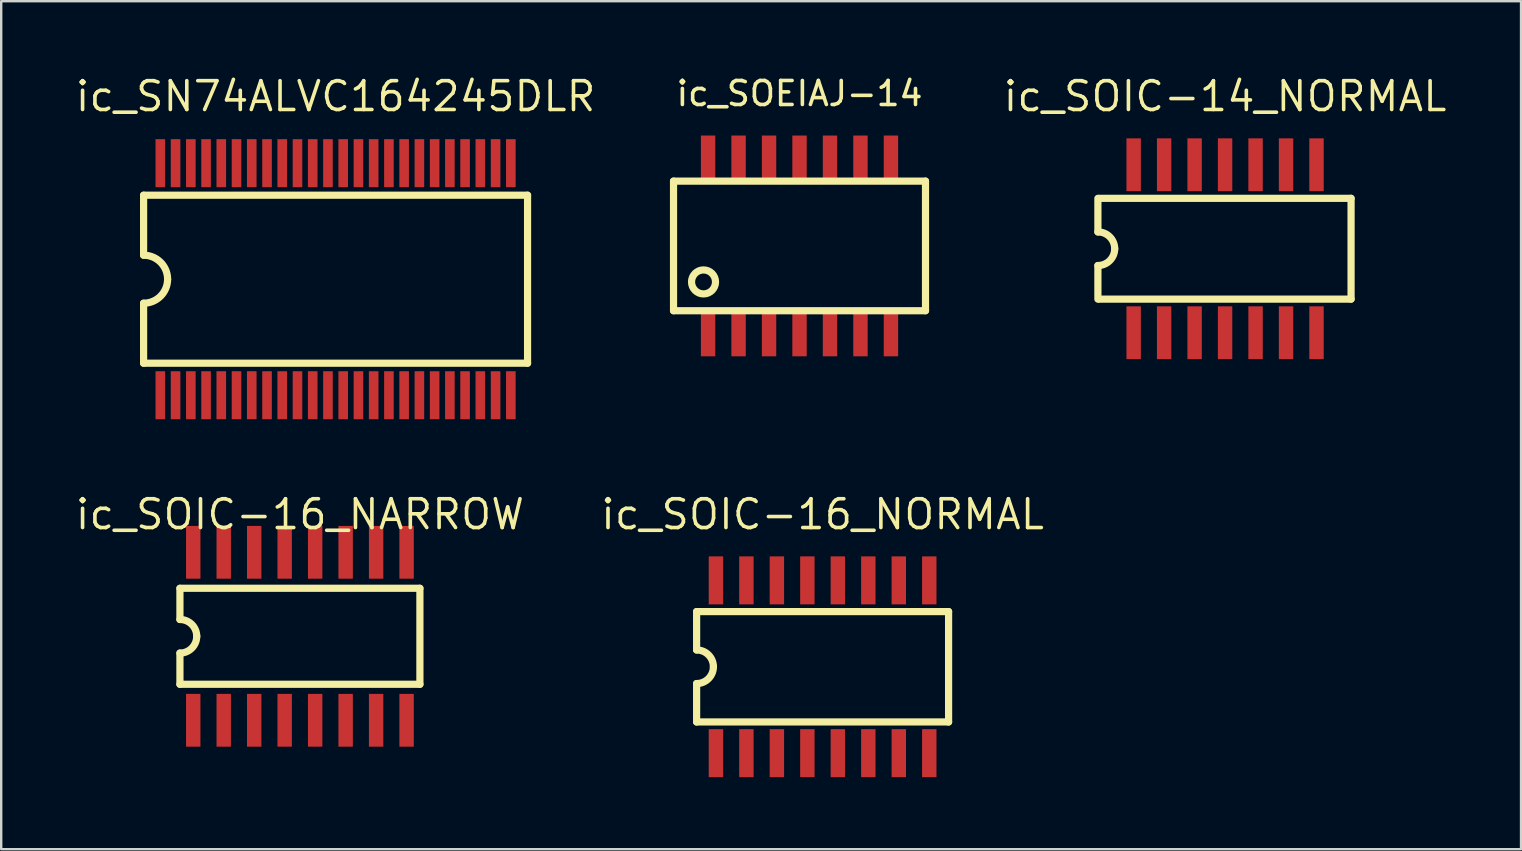
<source format=kicad_pcb>
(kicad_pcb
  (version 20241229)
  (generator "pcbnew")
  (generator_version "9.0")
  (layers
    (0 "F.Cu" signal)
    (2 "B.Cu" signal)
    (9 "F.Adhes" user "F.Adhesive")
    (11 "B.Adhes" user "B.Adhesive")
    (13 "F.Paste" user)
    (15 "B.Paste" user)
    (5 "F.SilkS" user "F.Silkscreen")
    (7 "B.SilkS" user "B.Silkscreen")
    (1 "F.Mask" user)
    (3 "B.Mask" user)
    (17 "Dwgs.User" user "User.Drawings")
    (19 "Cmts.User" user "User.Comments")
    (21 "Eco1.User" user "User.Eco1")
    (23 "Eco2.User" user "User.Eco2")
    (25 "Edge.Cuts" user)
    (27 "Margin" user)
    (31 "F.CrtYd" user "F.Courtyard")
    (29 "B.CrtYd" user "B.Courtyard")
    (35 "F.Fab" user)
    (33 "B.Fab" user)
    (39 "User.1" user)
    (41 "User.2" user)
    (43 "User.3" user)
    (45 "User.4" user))
  (footprint "ic_SOIC-16_NARROW"
    (layer "F.Cu")
    (at 9.448 23.465)
    (property "Reference" "ic_SOIC-16_NARROW" (at 0 -5.08 180) (layer "F.SilkS") (effects (font (size 1.2 1.2) (thickness 0.15))))
    (attr through_hole)
    (fp_line (start -5 -2) (end 5 -2) (stroke (width 0.3) (type solid)) (layer "F.SilkS"))
    (fp_line (start -5 -0.7) (end -5 -2) (stroke (width 0.3) (type solid)) (layer "F.SilkS"))
    (fp_line (start -5 0.7) (end -5 2) (stroke (width 0.3) (type solid)) (layer "F.SilkS"))
    (fp_line (start -5 2) (end 5 2) (stroke (width 0.3) (type solid)) (layer "F.SilkS"))
    (fp_line (start 5 -2) (end 5 2) (stroke (width 0.3) (type solid)) (layer "F.SilkS"))
    (fp_arc (start -5 -0.7) (mid -4.505025 -0.494975) (end -4.3 0) (stroke (width 0.3) (type solid)) (layer "F.SilkS"))
    (fp_arc (start -4.3 0) (mid -4.505025 0.494975) (end -5 0.7) (stroke (width 0.3) (type solid)) (layer "F.SilkS"))
    (pad "1" smd rect (at -4.445 3.5) (size 0.6 2.2) (layers "F.Cu" "F.Mask" "F.Paste"))
    (pad "2" smd rect (at -3.175 3.5) (size 0.6 2.2) (layers "F.Cu" "F.Mask" "F.Paste"))
    (pad "3" smd rect (at -1.905 3.5) (size 0.6 2.2) (layers "F.Cu" "F.Mask" "F.Paste"))
    (pad "4" smd rect (at -0.635 3.5) (size 0.6 2.2) (layers "F.Cu" "F.Mask" "F.Paste"))
    (pad "5" smd rect (at 0.635 3.5) (size 0.6 2.2) (layers "F.Cu" "F.Mask" "F.Paste"))
    (pad "6" smd rect (at 1.905 3.5) (size 0.6 2.2) (layers "F.Cu" "F.Mask" "F.Paste"))
    (pad "7" smd rect (at 3.175 3.5) (size 0.6 2.2) (layers "F.Cu" "F.Mask" "F.Paste"))
    (pad "8" smd rect (at 4.445 3.5) (size 0.6 2.2) (layers "F.Cu" "F.Mask" "F.Paste"))
    (pad "9" smd rect (at 4.445 -3.5) (size 0.6 2.2) (layers "F.Cu" "F.Mask" "F.Paste"))
    (pad "10" smd rect (at 3.175 -3.5) (size 0.6 2.2) (layers "F.Cu" "F.Mask" "F.Paste"))
    (pad "11" smd rect (at 1.905 -3.5) (size 0.6 2.2) (layers "F.Cu" "F.Mask" "F.Paste"))
    (pad "12" smd rect (at 0.635 -3.5) (size 0.6 2.2) (layers "F.Cu" "F.Mask" "F.Paste"))
    (pad "13" smd rect (at -0.635 -3.5) (size 0.6 2.2) (layers "F.Cu" "F.Mask" "F.Paste"))
    (pad "14" smd rect (at -1.905 -3.5) (size 0.6 2.2) (layers "F.Cu" "F.Mask" "F.Paste"))
    (pad "15" smd rect (at -3.175 -3.5) (size 0.6 2.2) (layers "F.Cu" "F.Mask" "F.Paste"))
    (pad "16" smd rect (at -4.445 -3.5) (size 0.6 2.2) (layers "F.Cu" "F.Mask" "F.Paste")))
  (footprint "ic_SOIC-16_NORMAL"
    (layer "F.Cu")
    (at 31.229 24.735)
    (property "Reference" "ic_SOIC-16_NORMAL" (at 0 -6.35 180) (layer "F.SilkS") (effects (font (size 1.2 1.2) (thickness 0.15))))
    (attr through_hole)
    (fp_line (start -5.25 -2.3) (end 5.25 -2.3) (stroke (width 0.3) (type solid)) (layer "F.SilkS"))
    (fp_line (start -5.25 -0.7) (end -5.25 -2.3) (stroke (width 0.3) (type solid)) (layer "F.SilkS"))
    (fp_line (start -5.25 0.7) (end -5.25 2.3) (stroke (width 0.3) (type solid)) (layer "F.SilkS"))
    (fp_line (start -5.25 2.3) (end 5.25 2.3) (stroke (width 0.3) (type solid)) (layer "F.SilkS"))
    (fp_line (start 5.25 -2.3) (end 5.25 2.3) (stroke (width 0.3) (type solid)) (layer "F.SilkS"))
    (fp_arc (start -5.25 -0.7) (mid -4.755025 -0.494975) (end -4.55 0) (stroke (width 0.3) (type solid)) (layer "F.SilkS"))
    (fp_arc (start -4.55 0) (mid -4.755025 0.494975) (end -5.25 0.7) (stroke (width 0.3) (type solid)) (layer "F.SilkS"))
    (pad "1" smd rect (at -4.445 3.6) (size 0.6 2) (layers "F.Cu" "F.Mask" "F.Paste"))
    (pad "2" smd rect (at -3.175 3.6) (size 0.6 2) (layers "F.Cu" "F.Mask" "F.Paste"))
    (pad "3" smd rect (at -1.905 3.6) (size 0.6 2) (layers "F.Cu" "F.Mask" "F.Paste"))
    (pad "4" smd rect (at -0.635 3.6) (size 0.6 2) (layers "F.Cu" "F.Mask" "F.Paste"))
    (pad "5" smd rect (at 0.635 3.6) (size 0.6 2) (layers "F.Cu" "F.Mask" "F.Paste"))
    (pad "6" smd rect (at 1.905 3.6) (size 0.6 2) (layers "F.Cu" "F.Mask" "F.Paste"))
    (pad "7" smd rect (at 3.175 3.6) (size 0.6 2) (layers "F.Cu" "F.Mask" "F.Paste"))
    (pad "8" smd rect (at 4.445 3.6) (size 0.6 2) (layers "F.Cu" "F.Mask" "F.Paste"))
    (pad "9" smd rect (at 4.445 -3.6) (size 0.6 2) (layers "F.Cu" "F.Mask" "F.Paste"))
    (pad "10" smd rect (at 3.175 -3.6) (size 0.6 2) (layers "F.Cu" "F.Mask" "F.Paste"))
    (pad "11" smd rect (at 1.905 -3.6) (size 0.6 2) (layers "F.Cu" "F.Mask" "F.Paste"))
    (pad "12" smd rect (at 0.635 -3.6) (size 0.6 2) (layers "F.Cu" "F.Mask" "F.Paste"))
    (pad "13" smd rect (at -0.635 -3.6) (size 0.6 2) (layers "F.Cu" "F.Mask" "F.Paste"))
    (pad "14" smd rect (at -1.905 -3.6) (size 0.6 2) (layers "F.Cu" "F.Mask" "F.Paste"))
    (pad "15" smd rect (at -3.175 -3.6) (size 0.6 2) (layers "F.Cu" "F.Mask" "F.Paste"))
    (pad "16" smd rect (at -4.445 -3.6) (size 0.6 2) (layers "F.Cu" "F.Mask" "F.Paste")))
  (footprint "ic_SOEIAJ-14"
    (layer "F.Cu")
    (at 30.267 7.198)
    (property "Reference" "ic_SOEIAJ-14" (at 0 -6.35 0) (layer "F.SilkS") (effects (font (size 1 1) (thickness 0.15))))
    (attr through_hole)
    (fp_line (start -5.25 -2.7) (end -5.25 2.7) (stroke (width 0.3) (type solid)) (layer "F.SilkS"))
    (fp_line (start -5.25 -2.7) (end 5.25 -2.7) (stroke (width 0.3) (type solid)) (layer "F.SilkS"))
    (fp_line (start 5.25 -2.7) (end 5.25 2.7) (stroke (width 0.3) (type solid)) (layer "F.SilkS"))
    (fp_line (start 5.25 2.7) (end -5.25 2.7) (stroke (width 0.3) (type solid)) (layer "F.SilkS"))
    (fp_circle (center -4 1.5) (end -3.5 1.5) (stroke (width 0.3) (type solid)) (fill no) (layer "F.SilkS"))
    (pad "1" smd rect (at -3.81 3.65) (size 0.6 1.9) (layers "F.Cu" "F.Mask" "F.Paste"))
    (pad "2" smd rect (at -2.54 3.65) (size 0.6 1.9) (layers "F.Cu" "F.Mask" "F.Paste"))
    (pad "3" smd rect (at -1.27 3.65) (size 0.6 1.9) (layers "F.Cu" "F.Mask" "F.Paste"))
    (pad "4" smd rect (at 0 3.65) (size 0.6 1.9) (layers "F.Cu" "F.Mask" "F.Paste"))
    (pad "5" smd rect (at 1.27 3.65) (size 0.6 1.9) (layers "F.Cu" "F.Mask" "F.Paste"))
    (pad "6" smd rect (at 2.54 3.65) (size 0.6 1.9) (layers "F.Cu" "F.Mask" "F.Paste"))
    (pad "7" smd rect (at 3.81 3.65) (size 0.6 1.9) (layers "F.Cu" "F.Mask" "F.Paste"))
    (pad "8" smd rect (at 3.81 -3.65) (size 0.6 1.9) (layers "F.Cu" "F.Mask" "F.Paste"))
    (pad "9" smd rect (at 2.54 -3.65) (size 0.6 1.9) (layers "F.Cu" "F.Mask" "F.Paste"))
    (pad "10" smd rect (at 1.27 -3.65) (size 0.6 1.9) (layers "F.Cu" "F.Mask" "F.Paste"))
    (pad "11" smd rect (at 0 -3.65) (size 0.6 1.9) (layers "F.Cu" "F.Mask" "F.Paste"))
    (pad "12" smd rect (at -1.27 -3.65) (size 0.6 1.9) (layers "F.Cu" "F.Mask" "F.Paste"))
    (pad "13" smd rect (at -2.54 -3.65) (size 0.6 1.9) (layers "F.Cu" "F.Mask" "F.Paste"))
    (pad "14" smd rect (at -3.81 -3.65) (size 0.6 1.9) (layers "F.Cu" "F.Mask" "F.Paste")))
  (footprint "ic_SOIC-14_NORMAL"
    (layer "F.Cu")
    (at 48.001 7.315)
    (property "Reference" "ic_SOIC-14_NORMAL" (at 0 -6.35 180) (layer "F.SilkS") (effects (font (size 1.2 1.2) (thickness 0.15))))
    (attr through_hole)
    (fp_line (start -5.3 -0.7) (end -5.3 -2.1) (stroke (width 0.3) (type solid)) (layer "F.SilkS"))
    (fp_line (start -5.3 0.7) (end -5.3 2.1) (stroke (width 0.3) (type solid)) (layer "F.SilkS"))
    (fp_line (start -5.25 -2.1) (end 5.25 -2.1) (stroke (width 0.3) (type solid)) (layer "F.SilkS"))
    (fp_line (start -5.25 2.1) (end 5.25 2.1) (stroke (width 0.3) (type solid)) (layer "F.SilkS"))
    (fp_line (start 5.25 -2.1) (end 5.25 2.1) (stroke (width 0.3) (type solid)) (layer "F.SilkS"))
    (fp_arc (start -5.3 -0.7) (mid -4.805025 -0.494975) (end -4.6 0) (stroke (width 0.3) (type solid)) (layer "F.SilkS"))
    (fp_arc (start -4.6 0) (mid -4.805025 0.494975) (end -5.3 0.7) (stroke (width 0.3) (type solid)) (layer "F.SilkS"))
    (pad "1" smd rect (at -3.81 3.5) (size 0.6 2.2) (layers "F.Cu" "F.Mask" "F.Paste"))
    (pad "2" smd rect (at -2.54 3.5) (size 0.6 2.2) (layers "F.Cu" "F.Mask" "F.Paste"))
    (pad "3" smd rect (at -1.27 3.5) (size 0.6 2.2) (layers "F.Cu" "F.Mask" "F.Paste"))
    (pad "4" smd rect (at 0 3.5) (size 0.6 2.2) (layers "F.Cu" "F.Mask" "F.Paste"))
    (pad "5" smd rect (at 1.27 3.5) (size 0.6 2.2) (layers "F.Cu" "F.Mask" "F.Paste"))
    (pad "6" smd rect (at 2.54 3.5) (size 0.6 2.2) (layers "F.Cu" "F.Mask" "F.Paste"))
    (pad "7" smd rect (at 3.81 3.5) (size 0.6 2.2) (layers "F.Cu" "F.Mask" "F.Paste"))
    (pad "8" smd rect (at 3.81 -3.5) (size 0.6 2.2) (layers "F.Cu" "F.Mask" "F.Paste"))
    (pad "9" smd rect (at 2.54 -3.5) (size 0.6 2.2) (layers "F.Cu" "F.Mask" "F.Paste"))
    (pad "10" smd rect (at 1.27 -3.5) (size 0.6 2.2) (layers "F.Cu" "F.Mask" "F.Paste"))
    (pad "11" smd rect (at 0 -3.5) (size 0.6 2.2) (layers "F.Cu" "F.Mask" "F.Paste"))
    (pad "12" smd rect (at -1.27 -3.5) (size 0.6 2.2) (layers "F.Cu" "F.Mask" "F.Paste"))
    (pad "13" smd rect (at -2.54 -3.5) (size 0.6 2.2) (layers "F.Cu" "F.Mask" "F.Paste"))
    (pad "14" smd rect (at -3.81 -3.5) (size 0.6 2.2) (layers "F.Cu" "F.Mask" "F.Paste")))
  (footprint "ic_SN74ALVC164245DLR"
    (layer "F.Cu")
    (at 10.934 8.585)
    (property "Reference" "ic_SN74ALVC164245DLR" (at 0 -7.62 180) (layer "F.SilkS") (effects (font (size 1.2 1.2) (thickness 0.15))))
    (attr through_hole)
    (fp_line (start -8 -3.5) (end -8 -1) (stroke (width 0.3) (type solid)) (layer "F.SilkS"))
    (fp_line (start -8 -3.5) (end 8 -3.5) (stroke (width 0.3) (type solid)) (layer "F.SilkS"))
    (fp_line (start -8 1) (end -8 3.5) (stroke (width 0.3) (type solid)) (layer "F.SilkS"))
    (fp_line (start -8 3.5) (end 8 3.5) (stroke (width 0.3) (type solid)) (layer "F.SilkS"))
    (fp_line (start 8 -3.5) (end 8 3.5) (stroke (width 0.3) (type solid)) (layer "F.SilkS"))
    (fp_arc (start -8 -1) (mid -7.292893 -0.707107) (end -7 0) (stroke (width 0.3) (type solid)) (layer "F.SilkS"))
    (fp_arc (start -7 0) (mid -7.292893 0.707107) (end -8 1) (stroke (width 0.3) (type solid)) (layer "F.SilkS"))
    (pad "1" smd rect (at -7.303 4.835) (size 0.4 2) (layers "F.Cu" "F.Mask" "F.Paste"))
    (pad "2" smd rect (at -6.668 4.835) (size 0.4 2) (layers "F.Cu" "F.Mask" "F.Paste"))
    (pad "3" smd rect (at -6.032 4.835) (size 0.4 2) (layers "F.Cu" "F.Mask" "F.Paste"))
    (pad "4" smd rect (at -5.397 4.835) (size 0.4 2) (layers "F.Cu" "F.Mask" "F.Paste"))
    (pad "5" smd rect (at -4.763 4.835) (size 0.4 2) (layers "F.Cu" "F.Mask" "F.Paste"))
    (pad "6" smd rect (at -4.128 4.835) (size 0.4 2) (layers "F.Cu" "F.Mask" "F.Paste"))
    (pad "7" smd rect (at -3.493 4.835) (size 0.4 2) (layers "F.Cu" "F.Mask" "F.Paste"))
    (pad "8" smd rect (at -2.857 4.835) (size 0.4 2) (layers "F.Cu" "F.Mask" "F.Paste"))
    (pad "9" smd rect (at -2.223 4.835) (size 0.4 2) (layers "F.Cu" "F.Mask" "F.Paste"))
    (pad "10" smd rect (at -1.587 4.835) (size 0.4 2) (layers "F.Cu" "F.Mask" "F.Paste"))
    (pad "11" smd rect (at -0.953 4.835) (size 0.4 2) (layers "F.Cu" "F.Mask" "F.Paste"))
    (pad "12" smd rect (at -0.318 4.835) (size 0.4 2) (layers "F.Cu" "F.Mask" "F.Paste"))
    (pad "13" smd rect (at 0.318 4.835) (size 0.4 2) (layers "F.Cu" "F.Mask" "F.Paste"))
    (pad "14" smd rect (at 0.953 4.835) (size 0.4 2) (layers "F.Cu" "F.Mask" "F.Paste"))
    (pad "15" smd rect (at 1.587 4.835) (size 0.4 2) (layers "F.Cu" "F.Mask" "F.Paste"))
    (pad "16" smd rect (at 2.223 4.835) (size 0.4 2) (layers "F.Cu" "F.Mask" "F.Paste"))
    (pad "17" smd rect (at 2.857 4.835) (size 0.4 2) (layers "F.Cu" "F.Mask" "F.Paste"))
    (pad "18" smd rect (at 3.493 4.835) (size 0.4 2) (layers "F.Cu" "F.Mask" "F.Paste"))
    (pad "19" smd rect (at 4.128 4.835) (size 0.4 2) (layers "F.Cu" "F.Mask" "F.Paste"))
    (pad "20" smd rect (at 4.763 4.835) (size 0.4 2) (layers "F.Cu" "F.Mask" "F.Paste"))
    (pad "21" smd rect (at 5.397 4.835) (size 0.4 2) (layers "F.Cu" "F.Mask" "F.Paste"))
    (pad "22" smd rect (at 6.032 4.835) (size 0.4 2) (layers "F.Cu" "F.Mask" "F.Paste"))
    (pad "23" smd rect (at 6.668 4.835) (size 0.4 2) (layers "F.Cu" "F.Mask" "F.Paste"))
    (pad "24" smd rect (at 7.303 4.835) (size 0.4 2) (layers "F.Cu" "F.Mask" "F.Paste"))
    (pad "25" smd rect (at 7.303 -4.835) (size 0.4 2) (layers "F.Cu" "F.Mask" "F.Paste"))
    (pad "26" smd rect (at 6.668 -4.835) (size 0.4 2) (layers "F.Cu" "F.Mask" "F.Paste"))
    (pad "27" smd rect (at 6.032 -4.835) (size 0.4 2) (layers "F.Cu" "F.Mask" "F.Paste"))
    (pad "28" smd rect (at 5.397 -4.835) (size 0.4 2) (layers "F.Cu" "F.Mask" "F.Paste"))
    (pad "29" smd rect (at 4.763 -4.835) (size 0.4 2) (layers "F.Cu" "F.Mask" "F.Paste"))
    (pad "30" smd rect (at 4.128 -4.835) (size 0.4 2) (layers "F.Cu" "F.Mask" "F.Paste"))
    (pad "31" smd rect (at 3.493 -4.835) (size 0.4 2) (layers "F.Cu" "F.Mask" "F.Paste"))
    (pad "32" smd rect (at 2.857 -4.835) (size 0.4 2) (layers "F.Cu" "F.Mask" "F.Paste"))
    (pad "33" smd rect (at 2.223 -4.835) (size 0.4 2) (layers "F.Cu" "F.Mask" "F.Paste"))
    (pad "34" smd rect (at 1.587 -4.835) (size 0.4 2) (layers "F.Cu" "F.Mask" "F.Paste"))
    (pad "35" smd rect (at 0.953 -4.835) (size 0.4 2) (layers "F.Cu" "F.Mask" "F.Paste"))
    (pad "36" smd rect (at 0.318 -4.835) (size 0.4 2) (layers "F.Cu" "F.Mask" "F.Paste"))
    (pad "37" smd rect (at -0.318 -4.835) (size 0.4 2) (layers "F.Cu" "F.Mask" "F.Paste"))
    (pad "38" smd rect (at -0.953 -4.835) (size 0.4 2) (layers "F.Cu" "F.Mask" "F.Paste"))
    (pad "39" smd rect (at -1.587 -4.835) (size 0.4 2) (layers "F.Cu" "F.Mask" "F.Paste"))
    (pad "40" smd rect (at -2.223 -4.835) (size 0.4 2) (layers "F.Cu" "F.Mask" "F.Paste"))
    (pad "41" smd rect (at -2.857 -4.835) (size 0.4 2) (layers "F.Cu" "F.Mask" "F.Paste"))
    (pad "42" smd rect (at -3.493 -4.835) (size 0.4 2) (layers "F.Cu" "F.Mask" "F.Paste"))
    (pad "43" smd rect (at -4.128 -4.835) (size 0.4 2) (layers "F.Cu" "F.Mask" "F.Paste"))
    (pad "44" smd rect (at -4.763 -4.835) (size 0.4 2) (layers "F.Cu" "F.Mask" "F.Paste"))
    (pad "45" smd rect (at -5.397 -4.835) (size 0.4 2) (layers "F.Cu" "F.Mask" "F.Paste"))
    (pad "46" smd rect (at -6.032 -4.835) (size 0.4 2) (layers "F.Cu" "F.Mask" "F.Paste"))
    (pad "47" smd rect (at -6.668 -4.835) (size 0.4 2) (layers "F.Cu" "F.Mask" "F.Paste"))
    (pad "48" smd rect (at -7.303 -4.835) (size 0.4 2) (layers "F.Cu" "F.Mask" "F.Paste")))
  (gr_rect
    (start -3 -3)
    (end 60.334 32.336)
    (stroke (width 0.1) (type default))
    (fill no)
    (layer "Edge.Cuts")))
</source>
